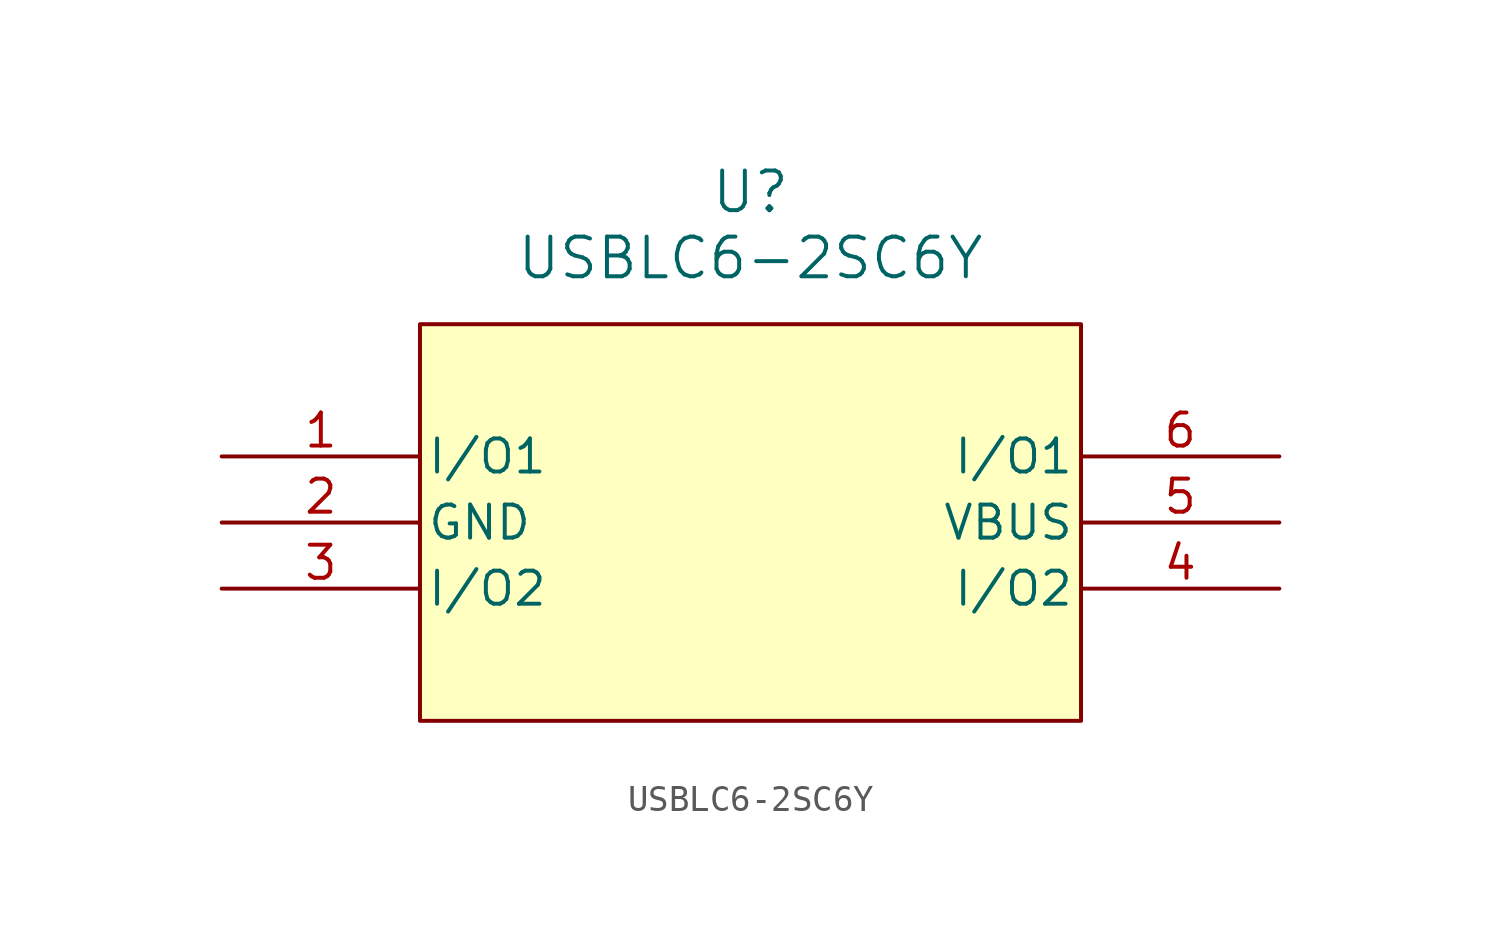
<source format=kicad_sym>
(kicad_symbol_lib
  (version 20231120)
  (generator "kicad_symbol_editor")
  (generator_version "8.0")
  (symbol "USBLC6-2SC6Y"
    (pin_names
      (offset 0.254))
    (property "Reference" "U"
      (at 20.32 10.16 0)
      (effects (font (size 1.524 1.524))))
    (property "Value" "USBLC6-2SC6Y"
      (at 20.32 7.62 0)
      (effects (font (size 1.524 1.524))))
    (property "ki_locked" ""
      (at 0 0 0)
      (effects (font (size 1.27 1.27))))
    (symbol "USBLC6-2SC6Y_0_1"
      (rectangle (start 7.62 5.08) (end 33.02 -10.16) (stroke (width 0) (type default)) (fill (type background)))
      (pin bidirectional line (at 0 0 0) (length 7.62) (name "I/O1" (effects (font (size 1.27 1.27)))) (number "1" (effects (font (size 1.27 1.27)))))
      (pin power_in line (at 0 -2.54 0) (length 7.62) (name "GND" (effects (font (size 1.27 1.27)))) (number "2" (effects (font (size 1.27 1.27)))))
      (pin bidirectional line (at 0 -5.08 0) (length 7.62) (name "I/O2" (effects (font (size 1.27 1.27)))) (number "3" (effects (font (size 1.27 1.27)))))
      (pin bidirectional line (at 40.64 -5.08 180) (length 7.62) (name "I/O2" (effects (font (size 1.27 1.27)))) (number "4" (effects (font (size 1.27 1.27)))))
      (pin power_in line (at 40.64 -2.54 180) (length 7.62) (name "VBUS" (effects (font (size 1.27 1.27)))) (number "5" (effects (font (size 1.27 1.27)))))
      (pin bidirectional line (at 40.64 0 180) (length 7.62) (name "I/O1" (effects (font (size 1.27 1.27)))) (number "6" (effects (font (size 1.27 1.27))))))))
</source>
